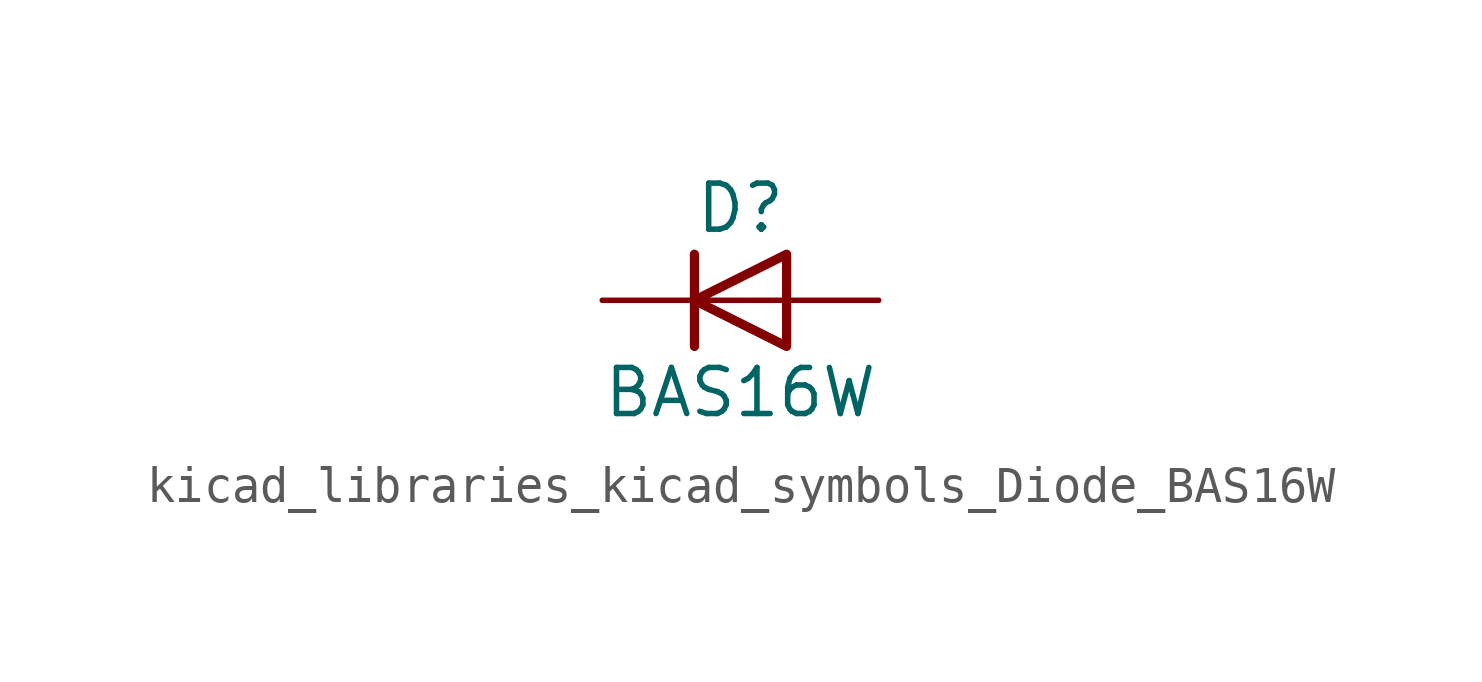
<source format=kicad_sym>
(kicad_symbol_lib
  (version 20220914)
  (generator kicad_symbol_editor)
  (symbol "kicad_libraries_kicad_symbols_Diode_BAS16W"
    (pin_numbers hide)
    (pin_names hide)
    (property "Reference" "D"
      (at 0 2.54 0)
      (effects (font (size 1.27 1.27))))
    (property "Value" "BAS16W"
      (at 0 -2.54 0)
      (effects (font (size 1.27 1.27))))
    (symbol "kicad_libraries_kicad_symbols_Diode_BAS16W_0_1"
      (polyline (pts (xy -1.27 1.27) (xy -1.27 -1.27)) (stroke (width 0.254) (type default)) (fill (type none)))
      (polyline (pts (xy 1.27 0) (xy -1.27 0)) (stroke (width 0) (type default)) (fill (type none)))
      (polyline (pts (xy 1.27 1.27) (xy 1.27 -1.27) (xy -1.27 0) (xy 1.27 1.27)) (stroke (width 0.254) (type default)) (fill (type none))))
    (symbol "kicad_libraries_kicad_symbols_Diode_BAS16W_1_1"
      (pin passive line (at 3.81 0 180) (length 2.54) (name "A" (effects (font (size 1.27 1.27)))) (number "1" (effects (font (size 1.27 1.27)))))
      (pin no_connect line (at -1.27 0 0) (length 2.54) hide (name "NC" (effects (font (size 1.27 1.27)))) (number "2" (effects (font (size 1.27 1.27)))))
      (pin passive line (at -3.81 0 0) (length 2.54) (name "K" (effects (font (size 1.27 1.27)))) (number "3" (effects (font (size 1.27 1.27))))))))
</source>
